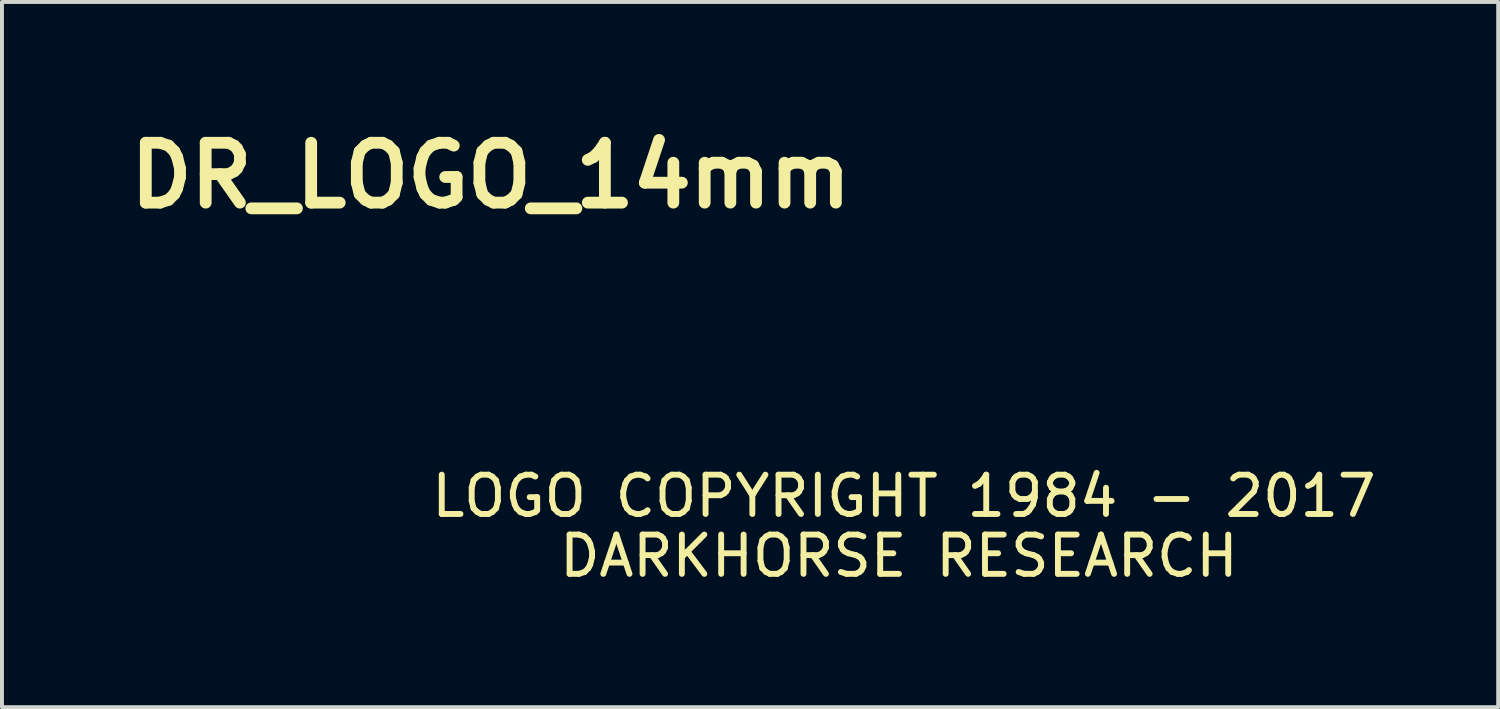
<source format=kicad_pcb>
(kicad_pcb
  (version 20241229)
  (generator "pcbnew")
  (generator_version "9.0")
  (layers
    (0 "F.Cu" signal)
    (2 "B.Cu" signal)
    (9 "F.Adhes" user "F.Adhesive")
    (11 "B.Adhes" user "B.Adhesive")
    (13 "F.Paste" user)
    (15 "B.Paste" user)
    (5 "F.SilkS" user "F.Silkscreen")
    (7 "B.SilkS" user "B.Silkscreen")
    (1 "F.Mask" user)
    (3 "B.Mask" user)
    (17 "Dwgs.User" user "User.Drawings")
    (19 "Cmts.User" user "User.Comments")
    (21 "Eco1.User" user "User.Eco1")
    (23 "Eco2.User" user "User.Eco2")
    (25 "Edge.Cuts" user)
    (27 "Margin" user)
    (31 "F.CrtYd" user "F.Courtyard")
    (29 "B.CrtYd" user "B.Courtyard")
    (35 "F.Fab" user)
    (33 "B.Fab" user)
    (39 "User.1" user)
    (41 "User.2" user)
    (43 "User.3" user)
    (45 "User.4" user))
  (footprint "DR_LOGO_14mm"
    (layer "F.Cu")
    (at 16.272 6.401)
    (property "Reference" "DR_LOGO_14mm" (at -6.83 -4.983 0) (layer "F.SilkS") (effects (font (size 1.524 1.524) (thickness 0.3))))
    (attr through_hole)
    (fp_poly (pts (xy -3.21 0.424) (xy -3.188 0.452) (xy -3.212 0.497) (xy -3.287 0.562) (xy -3.39 0.631) (xy -3.496 0.689) (xy -3.581 0.718) (xy -3.595 0.72) (xy -3.633 0.687) (xy -3.633 0.65) (xy -3.588 0.569) (xy -3.499 0.495) (xy -3.391 0.439) (xy -3.287 0.412) (xy -3.21 0.424)) (stroke (width 0.01) (type solid)) (fill yes) (layer "F.Mask"))
    (fp_poly (pts (xy -1.356 -5.199) (xy -1.349 -5.194) (xy -1.306 -5.148) (xy -1.303 -5.084) (xy -1.333 -4.984) (xy -1.41 -4.796) (xy -1.492 -4.68) (xy -1.59 -4.624) (xy -1.67 -4.614) (xy -1.781 -4.63) (xy -1.836 -4.684) (xy -1.842 -4.701) (xy -1.836 -4.794) (xy -1.766 -4.922) (xy -1.628 -5.09) (xy -1.569 -5.154) (xy -1.489 -5.228) (xy -1.429 -5.241) (xy -1.356 -5.199)) (stroke (width 0.01) (type solid)) (fill yes) (layer "F.Mask"))
    (fp_poly (pts (xy -4.961 -0.091) (xy -4.903 -0.006) (xy -4.87 0.094) (xy -4.868 0.119) (xy -4.89 0.233) (xy -4.945 0.354) (xy -5.015 0.454) (xy -5.086 0.506) (xy -5.101 0.508) (xy -5.157 0.491) (xy -5.164 0.476) (xy -5.143 0.423) (xy -5.09 0.333) (xy -5.08 0.318) (xy -5.02 0.203) (xy -4.997 0.106) (xy -5.014 0.049) (xy -5.035 0.042) (xy -5.093 0.073) (xy -5.101 0.085) (xy -5.155 0.126) (xy -5.198 0.095) (xy -5.207 0.044) (xy -5.173 -0.036) (xy -5.094 -0.104) (xy -5.022 -0.127) (xy -4.961 -0.091)) (stroke (width 0.01) (type solid)) (fill yes) (layer "F.Mask"))
    (fp_poly (pts (xy -3.713 -1.499) (xy -3.736 -1.398) (xy -3.787 -1.26) (xy -3.859 -1.097) (xy -3.948 -0.922) (xy -4.047 -0.745) (xy -4.152 -0.58) (xy -4.257 -0.437) (xy -4.299 -0.387) (xy -4.419 -0.259) (xy -4.499 -0.191) (xy -4.551 -0.174) (xy -4.587 -0.202) (xy -4.59 -0.207) (xy -4.577 -0.255) (xy -4.52 -0.35) (xy -4.431 -0.472) (xy -4.406 -0.503) (xy -4.291 -0.663) (xy -4.161 -0.864) (xy -4.041 -1.071) (xy -4.004 -1.141) (xy -3.917 -1.304) (xy -3.842 -1.436) (xy -3.788 -1.522) (xy -3.77 -1.544) (xy -3.722 -1.552) (xy -3.713 -1.499)) (stroke (width 0.01) (type solid)) (fill yes) (layer "F.Mask"))
    (fp_poly (pts (xy -2.983 -2.417) (xy -2.964 -2.335) (xy -2.963 -2.306) (xy -2.98 -2.156) (xy -3.022 -2.023) (xy -3.08 -1.921) (xy -3.145 -1.863) (xy -3.206 -1.867) (xy -3.233 -1.896) (xy -3.232 -1.957) (xy -3.215 -1.992) (xy -3.186 -2.073) (xy -3.177 -2.171) (xy -3.186 -2.254) (xy -3.214 -2.286) (xy -3.321 -2.26) (xy -3.375 -2.176) (xy -3.387 -2.07) (xy -3.404 -1.954) (xy -3.444 -1.904) (xy -3.493 -1.925) (xy -3.533 -2.023) (xy -3.533 -2.025) (xy -3.537 -2.195) (xy -3.469 -2.324) (xy -3.333 -2.405) (xy -3.315 -2.41) (xy -3.144 -2.451) (xy -3.039 -2.454) (xy -2.983 -2.417)) (stroke (width 0.01) (type solid)) (fill yes) (layer "F.Mask"))
    (fp_poly (pts (xy -0.524 -1.986) (xy -0.326 -1.958) (xy -0.163 -1.9) (xy -0.149 -1.893) (xy 0.029 -1.753) (xy 0.153 -1.575) (xy 0.213 -1.378) (xy 0.203 -1.18) (xy 0.186 -1.125) (xy 0.139 -1.058) (xy 0.089 -1.064) (xy 0.052 -1.133) (xy 0.042 -1.217) (xy 0.005 -1.41) (xy -0.094 -1.579) (xy -0.239 -1.7) (xy -0.275 -1.717) (xy -0.475 -1.766) (xy -0.718 -1.773) (xy -0.973 -1.737) (xy -1.086 -1.707) (xy -1.24 -1.666) (xy -1.326 -1.664) (xy -1.352 -1.703) (xy -1.339 -1.757) (xy -1.264 -1.844) (xy -1.126 -1.913) (xy -0.943 -1.961) (xy -0.736 -1.986) (xy -0.524 -1.986)) (stroke (width 0.01) (type solid)) (fill yes) (layer "F.Mask"))
    (fp_poly (pts (xy -1.162 -4.599) (xy -1.12 -4.567) (xy -1.088 -4.525) (xy -1.081 -4.472) (xy -1.103 -4.387) (xy -1.154 -4.248) (xy -1.167 -4.218) (xy -1.232 -4.073) (xy -1.297 -3.959) (xy -1.347 -3.9) (xy -1.349 -3.899) (xy -1.501 -3.845) (xy -1.639 -3.837) (xy -1.704 -3.857) (xy -1.788 -3.939) (xy -1.861 -4.065) (xy -1.871 -4.098) (xy -1.625 -4.098) (xy -1.567 -4.069) (xy -1.496 -4.091) (xy -1.449 -4.153) (xy -1.447 -4.16) (xy -1.447 -4.209) (xy -1.489 -4.207) (xy -1.541 -4.185) (xy -1.611 -4.138) (xy -1.625 -4.098) (xy -1.871 -4.098) (xy -1.902 -4.195) (xy -1.905 -4.23) (xy -1.871 -4.308) (xy -1.789 -4.344) (xy -1.69 -4.378) (xy -1.551 -4.44) (xy -1.429 -4.502) (xy -1.296 -4.571) (xy -1.214 -4.602) (xy -1.162 -4.599)) (stroke (width 0.01) (type solid)) (fill yes) (layer "F.Mask"))
    (fp_poly (pts (xy -2.863 -4.092) (xy -2.838 -4.014) (xy -2.836 -3.981) (xy -2.821 -3.872) (xy -2.783 -3.724) (xy -2.747 -3.617) (xy -2.702 -3.482) (xy -2.691 -3.387) (xy -2.725 -3.318) (xy -2.814 -3.265) (xy -2.969 -3.216) (xy -3.133 -3.175) (xy -3.355 -3.122) (xy -3.508 -3.087) (xy -3.606 -3.068) (xy -3.662 -3.064) (xy -3.69 -3.074) (xy -3.704 -3.095) (xy -3.71 -3.111) (xy -3.703 -3.206) (xy -3.626 -3.329) (xy -3.559 -3.398) (xy -3.222 -3.398) (xy -3.113 -3.418) (xy -3.022 -3.448) (xy -2.979 -3.48) (xy -2.965 -3.54) (xy -3.004 -3.562) (xy -3.072 -3.542) (xy -3.127 -3.498) (xy -3.222 -3.398) (xy -3.559 -3.398) (xy -3.487 -3.47) (xy -3.432 -3.516) (xy -3.315 -3.628) (xy -3.189 -3.775) (xy -3.114 -3.878) (xy -3.005 -4.023) (xy -2.92 -4.095) (xy -2.863 -4.092)) (stroke (width 0.01) (type solid)) (fill yes) (layer "F.Mask"))
    (fp_poly (pts (xy 0.081 0.879) (xy 0.069 0.974) (xy 0.006 1.127) (xy -0.057 1.249) (xy -0.214 1.532) (xy -0.334 1.752) (xy -0.424 1.921) (xy -0.488 2.05) (xy -0.531 2.151) (xy -0.557 2.236) (xy -0.571 2.316) (xy -0.579 2.403) (xy -0.583 2.508) (xy -0.585 2.543) (xy -0.589 2.752) (xy -0.576 2.928) (xy -0.54 3.112) (xy -0.492 3.293) (xy -0.434 3.496) (xy -0.4 3.632) (xy -0.386 3.713) (xy -0.391 3.754) (xy -0.414 3.767) (xy -0.425 3.768) (xy -0.466 3.732) (xy -0.524 3.641) (xy -0.573 3.545) (xy -0.695 3.205) (xy -0.751 2.845) (xy -0.751 2.507) (xy -0.736 2.331) (xy -0.71 2.189) (xy -0.665 2.05) (xy -0.592 1.884) (xy -0.534 1.766) (xy -0.413 1.533) (xy -0.292 1.316) (xy -0.178 1.126) (xy -0.079 0.977) (xy -0.003 0.879) (xy 0.041 0.847) (xy 0.081 0.879)) (stroke (width 0.01) (type solid)) (fill yes) (layer "F.Mask"))
    (fp_poly (pts (xy -2.03 -5.104) (xy -2.02 -4.996) (xy -2.021 -4.932) (xy -2.032 -4.619) (xy -2.036 -4.33) (xy -2.032 -4.084) (xy -2.021 -3.896) (xy -2.012 -3.823) (xy -1.981 -3.646) (xy -2.196 -3.538) (xy -2.323 -3.473) (xy -2.397 -3.441) (xy -2.44 -3.437) (xy -2.477 -3.458) (xy -2.507 -3.482) (xy -2.574 -3.577) (xy -2.624 -3.733) (xy -2.656 -3.925) (xy -2.662 -4.046) (xy -2.445 -4.046) (xy -2.43 -3.902) (xy -2.4 -3.792) (xy -2.356 -3.737) (xy -2.336 -3.735) (xy -2.284 -3.774) (xy -2.278 -3.873) (xy -2.278 -3.875) (xy -2.286 -3.984) (xy -2.294 -4.14) (xy -2.299 -4.282) (xy -2.309 -4.446) (xy -2.327 -4.525) (xy -2.355 -4.521) (xy -2.391 -4.434) (xy -2.416 -4.35) (xy -2.441 -4.202) (xy -2.445 -4.046) (xy -2.662 -4.046) (xy -2.666 -4.13) (xy -2.653 -4.324) (xy -2.615 -4.485) (xy -2.609 -4.499) (xy -2.556 -4.592) (xy -2.468 -4.714) (xy -2.362 -4.847) (xy -2.251 -4.973) (xy -2.152 -5.075) (xy -2.079 -5.135) (xy -2.057 -5.144) (xy -2.03 -5.104)) (stroke (width 0.01) (type solid)) (fill yes) (layer "F.Mask"))
    (fp_poly (pts (xy 0.908 -4.997) (xy 0.963 -4.935) (xy 0.974 -4.904) (xy 0.944 -4.846) (xy 0.863 -4.748) (xy 0.747 -4.625) (xy 0.609 -4.492) (xy 0.465 -4.363) (xy 0.333 -4.257) (xy 0.2 -4.162) (xy 0.092 -4.105) (xy -0.024 -4.072) (xy -0.181 -4.052) (xy -0.241 -4.047) (xy -0.431 -4.03) (xy -0.616 -4.013) (xy -0.758 -3.998) (xy -0.762 -3.997) (xy -0.887 -3.99) (xy -0.959 -4.009) (xy -1.007 -4.063) (xy -1.007 -4.063) (xy -1.031 -4.12) (xy -1.023 -4.183) (xy -0.983 -4.263) (xy -0.72 -4.263) (xy -0.682 -4.248) (xy -0.582 -4.244) (xy -0.443 -4.25) (xy -0.286 -4.263) (xy -0.134 -4.283) (xy -0.009 -4.306) (xy 0.064 -4.329) (xy 0.145 -4.383) (xy 0.255 -4.469) (xy 0.307 -4.515) (xy 0.466 -4.657) (xy 0.244 -4.656) (xy -0.02 -4.637) (xy -0.264 -4.586) (xy -0.467 -4.508) (xy -0.596 -4.421) (xy -0.674 -4.337) (xy -0.717 -4.274) (xy -0.72 -4.263) (xy -0.983 -4.263) (xy -0.978 -4.273) (xy -0.908 -4.381) (xy -0.767 -4.558) (xy -0.6 -4.688) (xy -0.393 -4.779) (xy -0.13 -4.837) (xy 0.111 -4.865) (xy 0.35 -4.892) (xy 0.548 -4.929) (xy 0.683 -4.973) (xy 0.686 -4.975) (xy 0.796 -5.021) (xy 0.865 -5.023) (xy 0.908 -4.997)) (stroke (width 0.01) (type solid)) (fill yes) (layer "F.Mask"))
    (fp_poly (pts (xy 1.949 -4.862) (xy 2.185 -4.849) (xy 2.38 -4.824) (xy 2.571 -4.78) (xy 2.798 -4.71) (xy 2.828 -4.7) (xy 3.02 -4.633) (xy 3.145 -4.584) (xy 3.216 -4.544) (xy 3.247 -4.507) (xy 3.252 -4.462) (xy 3.251 -4.452) (xy 3.211 -4.367) (xy 3.105 -4.306) (xy 3.087 -4.3) (xy 2.987 -4.255) (xy 2.841 -4.174) (xy 2.671 -4.071) (xy 2.56 -3.999) (xy 2.236 -3.802) (xy 1.947 -3.672) (xy 1.681 -3.606) (xy 1.425 -3.604) (xy 1.166 -3.663) (xy 0.923 -3.766) (xy 0.765 -3.847) (xy 0.632 -3.923) (xy 0.545 -3.98) (xy 0.531 -3.992) (xy 0.48 -4.071) (xy 0.478 -4.087) (xy 0.803 -4.087) (xy 1.068 -3.95) (xy 1.268 -3.861) (xy 1.438 -3.82) (xy 1.612 -3.828) (xy 1.824 -3.879) (xy 1.849 -3.887) (xy 1.996 -3.946) (xy 2.18 -4.039) (xy 2.372 -4.151) (xy 2.453 -4.203) (xy 2.811 -4.442) (xy 2.652 -4.509) (xy 2.409 -4.586) (xy 2.131 -4.636) (xy 1.848 -4.656) (xy 1.59 -4.644) (xy 1.441 -4.615) (xy 1.333 -4.561) (xy 1.194 -4.46) (xy 1.049 -4.33) (xy 0.803 -4.087) (xy 0.478 -4.087) (xy 0.468 -4.146) (xy 0.497 -4.189) (xy 0.51 -4.191) (xy 0.558 -4.218) (xy 0.651 -4.293) (xy 0.774 -4.401) (xy 0.864 -4.484) (xy 1.039 -4.641) (xy 1.19 -4.75) (xy 1.339 -4.819) (xy 1.509 -4.855) (xy 1.723 -4.866) (xy 1.949 -4.862)) (stroke (width 0.01) (type solid)) (fill yes) (layer "F.Mask"))
    (fp_poly (pts (xy 3.424 -4.07) (xy 3.623 -3.977) (xy 3.794 -3.843) (xy 3.828 -3.806) (xy 3.91 -3.689) (xy 4.001 -3.529) (xy 4.089 -3.35) (xy 4.165 -3.175) (xy 4.216 -3.027) (xy 4.233 -2.937) (xy 4.226 -2.879) (xy 4.192 -2.849) (xy 4.109 -2.838) (xy 4.003 -2.836) (xy 3.852 -2.831) (xy 3.722 -2.808) (xy 3.591 -2.76) (xy 3.438 -2.679) (xy 3.24 -2.557) (xy 3.217 -2.543) (xy 2.99 -2.41) (xy 2.802 -2.335) (xy 2.637 -2.312) (xy 2.475 -2.339) (xy 2.441 -2.35) (xy 2.333 -2.393) (xy 2.241 -2.45) (xy 2.15 -2.534) (xy 2.046 -2.658) (xy 1.916 -2.837) (xy 1.875 -2.895) (xy 1.756 -3.071) (xy 1.708 -3.165) (xy 1.99 -3.165) (xy 2.015 -3.104) (xy 2.08 -3.001) (xy 2.169 -2.877) (xy 2.266 -2.754) (xy 2.355 -2.653) (xy 2.42 -2.596) (xy 2.422 -2.595) (xy 2.569 -2.549) (xy 2.748 -2.568) (xy 2.964 -2.654) (xy 3.19 -2.787) (xy 3.453 -2.944) (xy 3.678 -3.045) (xy 3.855 -3.089) (xy 3.884 -3.09) (xy 3.919 -3.092) (xy 3.931 -3.11) (xy 3.917 -3.161) (xy 3.875 -3.261) (xy 3.835 -3.35) (xy 3.708 -3.575) (xy 3.558 -3.739) (xy 3.395 -3.836) (xy 3.229 -3.859) (xy 3.108 -3.826) (xy 3.012 -3.773) (xy 2.876 -3.688) (xy 2.728 -3.588) (xy 2.719 -3.582) (xy 2.55 -3.472) (xy 2.367 -3.368) (xy 2.223 -3.296) (xy 2.099 -3.238) (xy 2.015 -3.189) (xy 1.99 -3.165) (xy 1.708 -3.165) (xy 1.692 -3.196) (xy 1.683 -3.281) (xy 1.731 -3.343) (xy 1.837 -3.395) (xy 1.932 -3.428) (xy 2.124 -3.503) (xy 2.34 -3.614) (xy 2.593 -3.767) (xy 2.828 -3.924) (xy 3.031 -4.046) (xy 3.186 -4.101) (xy 3.231 -4.105) (xy 3.424 -4.07)) (stroke (width 0.01) (type solid)) (fill yes) (layer "F.Mask"))
    (fp_poly (pts (xy 4.111 -2.597) (xy 4.182 -2.566) (xy 4.332 -2.461) (xy 4.451 -2.313) (xy 4.544 -2.11) (xy 4.617 -1.841) (xy 4.653 -1.651) (xy 4.691 -1.455) (xy 4.742 -1.236) (xy 4.781 -1.088) (xy 4.829 -0.884) (xy 4.834 -0.751) (xy 4.792 -0.684) (xy 4.701 -0.681) (xy 4.557 -0.735) (xy 4.526 -0.751) (xy 4.311 -0.816) (xy 4.057 -0.814) (xy 3.778 -0.745) (xy 3.626 -0.684) (xy 3.331 -0.579) (xy 3.069 -0.553) (xy 2.839 -0.604) (xy 2.806 -0.62) (xy 2.654 -0.716) (xy 2.527 -0.834) (xy 2.448 -0.952) (xy 2.436 -0.991) (xy 2.423 -1.084) (xy 2.406 -1.236) (xy 2.389 -1.421) (xy 2.373 -1.612) (xy 2.36 -1.785) (xy 2.356 -1.863) (xy 2.587 -1.863) (xy 2.611 -1.556) (xy 2.631 -1.32) (xy 2.654 -1.152) (xy 2.684 -1.037) (xy 2.728 -0.959) (xy 2.791 -0.901) (xy 2.859 -0.858) (xy 2.973 -0.801) (xy 3.074 -0.773) (xy 3.184 -0.777) (xy 3.323 -0.813) (xy 3.511 -0.884) (xy 3.587 -0.915) (xy 3.77 -0.988) (xy 3.904 -1.032) (xy 4.02 -1.052) (xy 4.145 -1.053) (xy 4.263 -1.046) (xy 4.567 -1.023) (xy 4.529 -1.124) (xy 4.505 -1.21) (xy 4.472 -1.355) (xy 4.438 -1.532) (xy 4.423 -1.614) (xy 4.354 -1.925) (xy 4.269 -2.154) (xy 4.162 -2.305) (xy 4.03 -2.379) (xy 3.869 -2.378) (xy 3.676 -2.306) (xy 3.478 -2.186) (xy 3.23 -2.027) (xy 3.025 -1.925) (xy 2.849 -1.873) (xy 2.734 -1.863) (xy 2.587 -1.863) (xy 2.356 -1.863) (xy 2.354 -1.905) (xy 2.359 -2.005) (xy 2.395 -2.049) (xy 2.477 -2.064) (xy 2.694 -2.087) (xy 2.862 -2.121) (xy 3.009 -2.175) (xy 3.169 -2.261) (xy 3.322 -2.357) (xy 3.573 -2.505) (xy 3.78 -2.592) (xy 3.955 -2.622) (xy 4.111 -2.597)) (stroke (width 0.01) (type solid)) (fill yes) (layer "F.Mask"))
    (fp_poly (pts (xy 4.508 -0.524) (xy 4.703 -0.385) (xy 4.857 -0.173) (xy 4.897 -0.089) (xy 4.974 0.086) (xy 5.055 0.271) (xy 5.093 0.359) (xy 5.173 0.504) (xy 5.286 0.669) (xy 5.389 0.796) (xy 5.519 0.964) (xy 5.576 1.093) (xy 5.561 1.18) (xy 5.478 1.22) (xy 5.329 1.21) (xy 5.176 1.167) (xy 5.027 1.124) (xy 4.89 1.105) (xy 4.751 1.115) (xy 4.599 1.156) (xy 4.422 1.234) (xy 4.207 1.351) (xy 3.943 1.512) (xy 3.771 1.622) (xy 3.581 1.742) (xy 3.443 1.822) (xy 3.339 1.871) (xy 3.248 1.896) (xy 3.154 1.904) (xy 3.096 1.905) (xy 2.968 1.901) (xy 2.878 1.881) (xy 2.798 1.829) (xy 2.697 1.733) (xy 2.665 1.699) (xy 2.558 1.577) (xy 2.478 1.451) (xy 2.421 1.306) (xy 2.383 1.13) (xy 2.362 0.906) (xy 2.353 0.622) (xy 2.353 0.395) (xy 2.355 0.165) (xy 2.582 0.165) (xy 2.583 0.366) (xy 2.587 0.58) (xy 2.594 0.789) (xy 2.605 0.976) (xy 2.618 1.121) (xy 2.629 1.186) (xy 2.702 1.392) (xy 2.825 1.553) (xy 2.921 1.634) (xy 3.018 1.678) (xy 3.127 1.682) (xy 3.262 1.643) (xy 3.434 1.558) (xy 3.656 1.426) (xy 3.767 1.355) (xy 4.038 1.184) (xy 4.254 1.058) (xy 4.43 0.969) (xy 4.579 0.913) (xy 4.716 0.882) (xy 4.853 0.871) (xy 4.875 0.871) (xy 5.114 0.869) (xy 5.037 0.761) (xy 4.987 0.675) (xy 4.918 0.533) (xy 4.841 0.361) (xy 4.804 0.274) (xy 4.703 0.043) (xy 4.613 -0.121) (xy 4.522 -0.231) (xy 4.42 -0.303) (xy 4.309 -0.346) (xy 4.219 -0.368) (xy 4.133 -0.372) (xy 4.032 -0.354) (xy 3.899 -0.31) (xy 3.715 -0.235) (xy 3.619 -0.195) (xy 3.313 -0.103) (xy 3.02 -0.095) (xy 2.803 -0.145) (xy 2.693 -0.177) (xy 2.619 -0.185) (xy 2.607 -0.18) (xy 2.594 -0.126) (xy 2.586 -0.005) (xy 2.582 0.165) (xy 2.355 0.165) (xy 2.355 0.138) (xy 2.362 -0.049) (xy 2.373 -0.181) (xy 2.391 -0.272) (xy 2.417 -0.337) (xy 2.431 -0.36) (xy 2.482 -0.423) (xy 2.545 -0.452) (xy 2.637 -0.449) (xy 2.775 -0.412) (xy 2.932 -0.358) (xy 3.048 -0.324) (xy 3.157 -0.312) (xy 3.276 -0.327) (xy 3.427 -0.371) (xy 3.627 -0.448) (xy 3.722 -0.488) (xy 4.014 -0.577) (xy 4.277 -0.588) (xy 4.508 -0.524)) (stroke (width 0.01) (type solid)) (fill yes) (layer "F.Mask"))
    (fp_poly (pts (xy -0.033 -3.785) (xy 0.147 -3.778) (xy 0.287 -3.762) (xy 0.411 -3.735) (xy 0.54 -3.693) (xy 0.554 -3.688) (xy 0.95 -3.501) (xy 1.307 -3.244) (xy 1.617 -2.924) (xy 1.874 -2.55) (xy 2.072 -2.129) (xy 2.163 -1.841) (xy 2.191 -1.726) (xy 2.212 -1.621) (xy 2.226 -1.512) (xy 2.234 -1.384) (xy 2.236 -1.224) (xy 2.232 -1.016) (xy 2.223 -0.747) (xy 2.216 -0.55) (xy 2.203 -0.14) (xy 2.194 0.197) (xy 2.191 0.473) (xy 2.194 0.7) (xy 2.203 0.889) (xy 2.22 1.052) (xy 2.243 1.2) (xy 2.275 1.346) (xy 2.282 1.376) (xy 2.317 1.535) (xy 2.337 1.661) (xy 2.339 1.734) (xy 2.336 1.742) (xy 2.281 1.765) (xy 2.171 1.796) (xy 2.082 1.816) (xy 1.763 1.911) (xy 1.473 2.058) (xy 1.208 2.262) (xy 0.964 2.528) (xy 0.738 2.859) (xy 0.526 3.262) (xy 0.325 3.739) (xy 0.132 4.296) (xy 0.105 4.381) (xy 0.041 4.577) (xy -0.018 4.744) (xy -0.067 4.863) (xy -0.099 4.919) (xy -0.101 4.921) (xy -0.168 4.937) (xy -0.291 4.945) (xy -0.439 4.946) (xy -0.584 4.939) (xy -0.697 4.925) (xy -0.699 4.924) (xy -0.961 4.848) (xy -1.184 4.751) (xy -1.334 4.651) (xy -1.559 4.397) (xy -1.723 4.086) (xy -1.824 3.72) (xy -1.862 3.302) (xy -1.863 3.258) (xy -1.844 2.932) (xy -1.786 2.605) (xy -1.684 2.267) (xy -1.533 1.905) (xy -1.331 1.51) (xy -1.073 1.069) (xy -1.013 0.974) (xy -0.843 0.695) (xy -0.718 0.469) (xy -0.633 0.281) (xy -0.58 0.115) (xy -0.555 -0.042) (xy -0.55 -0.16) (xy -0.58 -0.415) (xy -0.67 -0.611) (xy -0.822 -0.752) (xy -0.864 -0.776) (xy -0.982 -0.827) (xy -1.08 -0.834) (xy -1.192 -0.807) (xy -1.312 -0.751) (xy -1.397 -0.658) (xy -1.457 -0.511) (xy -1.499 -0.295) (xy -1.499 -0.292) (xy -1.538 -0.144) (xy -1.608 0.026) (xy -1.663 0.129) (xy -1.831 0.342) (xy -2.036 0.479) (xy -2.283 0.544) (xy -2.409 0.55) (xy -2.646 0.55) (xy -3.048 0.912) (xy -3.213 1.062) (xy -3.326 1.17) (xy -3.398 1.252) (xy -3.44 1.323) (xy -3.462 1.399) (xy -3.475 1.494) (xy -3.477 1.513) (xy -3.504 1.671) (xy -3.551 1.778) (xy -3.63 1.865) (xy -3.793 1.961) (xy -3.996 2.011) (xy -4.205 2.008) (xy -4.337 1.972) (xy -4.469 1.893) (xy -4.541 1.781) (xy -4.559 1.622) (xy -4.541 1.465) (xy -4.534 1.418) (xy -4.342 1.418) (xy -4.339 1.443) (xy -4.311 1.397) (xy -4.301 1.376) (xy -4.249 1.236) (xy -4.214 1.111) (xy -4.204 1.013) (xy -4.225 0.974) (xy -4.226 0.974) (xy -4.258 1.011) (xy -4.287 1.106) (xy -4.296 1.154) (xy -4.318 1.288) (xy -4.338 1.398) (xy -4.342 1.418) (xy -4.534 1.418) (xy -4.521 1.337) (xy -4.512 1.251) (xy -4.514 1.228) (xy -4.555 1.248) (xy -4.646 1.301) (xy -4.739 1.357) (xy -4.961 1.471) (xy -5.14 1.513) (xy -5.278 1.482) (xy -5.376 1.378) (xy -5.435 1.2) (xy -5.442 1.157) (xy -5.477 1.013) (xy -5.532 0.892) (xy -5.557 0.858) (xy -5.595 0.809) (xy -5.619 0.752) (xy -5.629 0.668) (xy -5.628 0.538) (xy -5.625 0.479) (xy -5.406 0.479) (xy -5.404 0.592) (xy -5.384 0.671) (xy -5.343 0.741) (xy -5.335 0.752) (xy -5.269 0.876) (xy -5.226 1.022) (xy -5.223 1.039) (xy -5.204 1.16) (xy -5.186 1.25) (xy -5.183 1.262) (xy -5.139 1.277) (xy -5.044 1.248) (xy -4.91 1.181) (xy -4.753 1.086) (xy -4.586 0.97) (xy -4.431 0.846) (xy -4.307 0.745) (xy -4.205 0.67) (xy -4.143 0.636) (xy -4.138 0.635) (xy -4.051 0.672) (xy -3.976 0.761) (xy -3.938 0.873) (xy -3.937 0.894) (xy -3.95 0.987) (xy -3.985 1.135) (xy -4.035 1.312) (xy -4.092 1.494) (xy -4.149 1.655) (xy -4.169 1.704) (xy -4.176 1.757) (xy -4.124 1.776) (xy -4.079 1.777) (xy -3.931 1.769) (xy -3.829 1.737) (xy -3.763 1.667) (xy -3.722 1.546) (xy -3.695 1.358) (xy -3.686 1.27) (xy -3.67 1.121) (xy -3.649 1.037) (xy -3.617 1.001) (xy -3.573 0.993) (xy -3.504 0.966) (xy -3.393 0.892) (xy -3.255 0.785) (xy -3.161 0.704) (xy -2.839 0.415) (xy -2.932 0.253) (xy -2.99 0.13) (xy -2.993 0.068) (xy -2.943 0.068) (xy -2.843 0.136) (xy -2.839 0.139) (xy -2.629 0.273) (xy -2.419 0.328) (xy -2.22 0.31) (xy -2.043 0.225) (xy -1.897 0.079) (xy -1.792 -0.122) (xy -1.74 -0.374) (xy -1.736 -0.477) (xy -1.771 -0.749) (xy -1.876 -0.973) (xy -2.052 -1.151) (xy -2.177 -1.229) (xy -2.378 -1.333) (xy -2.354 -1.542) (xy -2.333 -1.671) (xy -2.305 -1.766) (xy -2.291 -1.79) (xy -2.231 -1.813) (xy -2.183 -1.765) (xy -2.16 -1.658) (xy -2.159 -1.628) (xy -2.143 -1.515) (xy -2.078 -1.445) (xy -2.037 -1.421) (xy -1.942 -1.354) (xy -1.83 -1.252) (xy -1.719 -1.134) (xy -1.627 -1.019) (xy -1.573 -0.93) (xy -1.566 -0.901) (xy -1.55 -0.871) (xy -1.494 -0.899) (xy -1.456 -0.927) (xy -1.268 -1.026) (xy -1.062 -1.054) (xy -0.854 -1.015) (xy -0.66 -0.916) (xy -0.497 -0.762) (xy -0.378 -0.561) (xy -0.363 -0.52) (xy -0.315 -0.349) (xy -0.294 -0.187) (xy -0.303 -0.02) (xy -0.345 0.161) (xy -0.425 0.369) (xy -0.545 0.615) (xy -0.709 0.91) (xy -0.85 1.148) (xy -0.999 1.403) (xy -1.141 1.657) (xy -1.267 1.893) (xy -1.369 2.094) (xy -1.436 2.242) (xy -1.442 2.257) (xy -1.564 2.655) (xy -1.627 3.049) (xy -1.63 3.427) (xy -1.576 3.78) (xy -1.466 4.093) (xy -1.301 4.358) (xy -1.227 4.439) (xy -1.043 4.569) (xy -0.8 4.656) (xy -0.517 4.694) (xy -0.466 4.695) (xy -0.233 4.697) (xy -0.091 4.243) (xy 0.111 3.656) (xy 0.326 3.149) (xy 0.556 2.719) (xy 0.804 2.362) (xy 1.072 2.075) (xy 1.364 1.854) (xy 1.682 1.696) (xy 1.81 1.651) (xy 1.947 1.6) (xy 2.032 1.549) (xy 2.053 1.518) (xy 2.046 1.452) (xy 2.029 1.326) (xy 2.004 1.161) (xy 1.992 1.085) (xy 1.973 0.945) (xy 1.96 0.805) (xy 1.953 0.65) (xy 1.954 0.464) (xy 1.961 0.233) (xy 1.975 -0.059) (xy 1.985 -0.256) (xy 1.999 -0.546) (xy 2.01 -0.821) (xy 2.016 -1.064) (xy 2.017 -1.259) (xy 2.013 -1.392) (xy 2.01 -1.426) (xy 1.96 -1.683) (xy 1.883 -1.957) (xy 1.788 -2.218) (xy 1.685 -2.438) (xy 1.632 -2.527) (xy 1.342 -2.892) (xy 1.02 -3.179) (xy 0.666 -3.389) (xy 0.277 -3.52) (xy -0.146 -3.575) (xy -0.566 -3.558) (xy -0.845 -3.522) (xy -1.088 -3.475) (xy -1.32 -3.41) (xy -1.564 -3.321) (xy -1.843 -3.2) (xy -2.04 -3.108) (xy -2.419 -2.94) (xy -2.769 -2.81) (xy -3.128 -2.705) (xy -3.161 -2.697) (xy -3.381 -2.641) (xy -3.532 -2.6) (xy -3.628 -2.566) (xy -3.681 -2.534) (xy -3.706 -2.496) (xy -3.715 -2.448) (xy -3.716 -2.434) (xy -3.739 -2.309) (xy -3.776 -2.189) (xy -3.819 -2.102) (xy -3.851 -2.074) (xy -3.88 -2.038) (xy -3.918 -1.945) (xy -3.935 -1.894) (xy -4.008 -1.688) (xy -4.113 -1.445) (xy -4.234 -1.198) (xy -4.355 -0.981) (xy -4.405 -0.903) (xy -4.582 -0.663) (xy -4.755 -0.485) (xy -4.946 -0.348) (xy -5.047 -0.293) (xy -5.179 -0.217) (xy -5.282 -0.143) (xy -5.327 -0.095) (xy -5.349 -0.019) (xy -5.372 0.115) (xy -5.391 0.28) (xy -5.394 0.306) (xy -5.406 0.479) (xy -5.625 0.479) (xy -5.618 0.345) (xy -5.616 0.317) (xy -5.596 0.074) (xy -5.565 -0.102) (xy -5.514 -0.23) (xy -5.433 -0.326) (xy -5.313 -0.409) (xy -5.207 -0.466) (xy -5.002 -0.593) (xy -4.815 -0.762) (xy -4.64 -0.981) (xy -4.473 -1.257) (xy -4.308 -1.599) (xy -4.139 -2.015) (xy -4.086 -2.159) (xy -4.012 -2.35) (xy -3.936 -2.519) (xy -3.87 -2.646) (xy -3.832 -2.702) (xy -3.76 -2.754) (xy -3.641 -2.806) (xy -3.463 -2.862) (xy -3.219 -2.924) (xy -2.927 -3.002) (xy -2.657 -3.093) (xy -2.374 -3.21) (xy -2.13 -3.325) (xy -1.764 -3.493) (xy -1.444 -3.616) (xy -1.146 -3.702) (xy -0.846 -3.755) (xy -0.52 -3.781) (xy -0.275 -3.786) (xy -0.033 -3.785)) (stroke (width 0.01) (type solid)) (fill yes) (layer "F.Mask"))
    (fp_text user "DARKHORSE RESEARCH" (at 3.556 4.699 0) (layer "F.SilkS") (effects (font (size 1 1) (thickness 0.15))))
    (fp_text user "LOGO COPYRIGHT 1984 - 2017" (at 3.683 3.175 0) (layer "F.SilkS") (effects (font (size 1 1) (thickness 0.15)))))
  (gr_rect
    (start -3 -3)
    (end 35.08 14.948)
    (stroke (width 0.1) (type default))
    (fill no)
    (layer "Edge.Cuts")))
</source>
